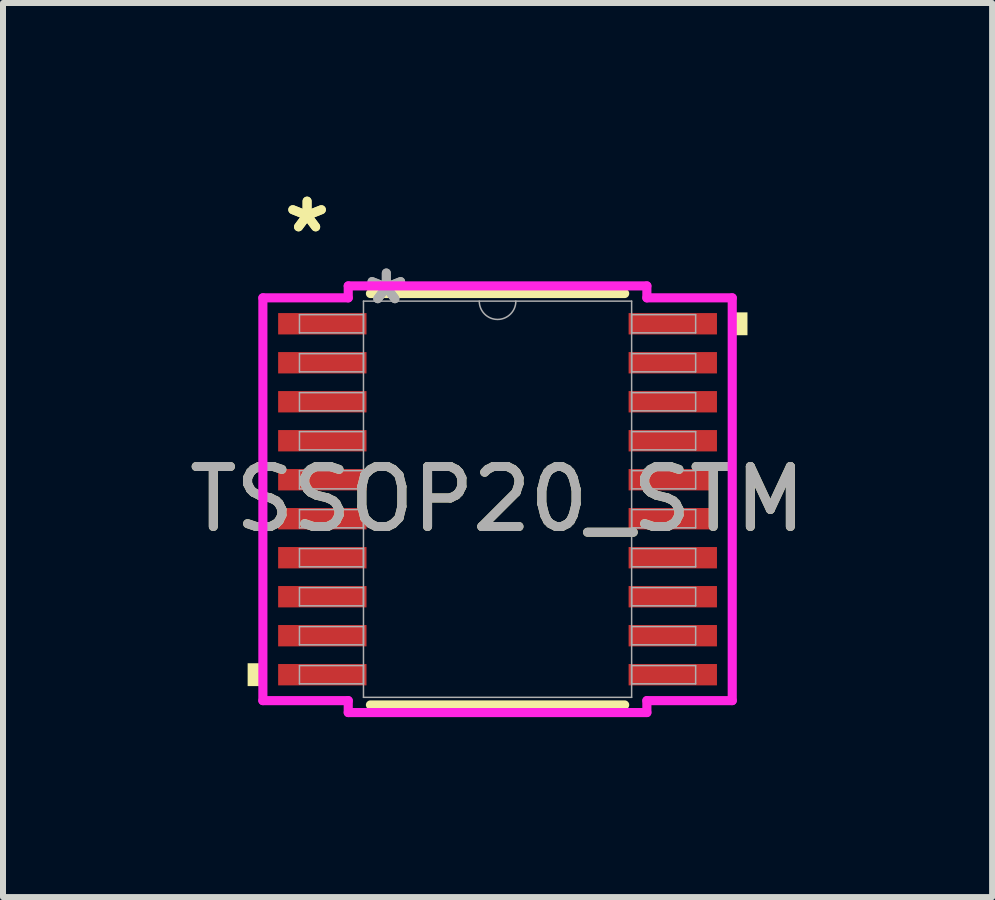
<source format=kicad_pcb>
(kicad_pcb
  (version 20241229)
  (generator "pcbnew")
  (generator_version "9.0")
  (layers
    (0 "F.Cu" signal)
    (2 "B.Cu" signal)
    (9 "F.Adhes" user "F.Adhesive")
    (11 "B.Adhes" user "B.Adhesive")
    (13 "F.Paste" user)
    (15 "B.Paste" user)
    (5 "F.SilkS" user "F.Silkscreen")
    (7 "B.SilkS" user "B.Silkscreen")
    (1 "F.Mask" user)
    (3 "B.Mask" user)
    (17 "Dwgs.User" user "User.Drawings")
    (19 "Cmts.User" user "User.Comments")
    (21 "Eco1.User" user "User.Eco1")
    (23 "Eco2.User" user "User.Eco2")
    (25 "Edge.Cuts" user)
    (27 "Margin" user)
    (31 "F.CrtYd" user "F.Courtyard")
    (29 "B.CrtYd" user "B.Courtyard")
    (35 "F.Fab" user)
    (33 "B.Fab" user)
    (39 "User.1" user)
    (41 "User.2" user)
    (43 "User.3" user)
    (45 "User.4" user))
  (footprint "TSSOP20_STM"
    (layer "F.Cu")
    (at 5.244 5.272)
    (property "Reference" "TSSOP20_STM" (at 0 0 0) (unlocked yes) (layer "F.SilkS") (effects (font (size 1 1) (thickness 0.15))))
    (attr smd)
    (fp_line (start -2.119 3.429) (end 2.119 3.429) (stroke (width 0.152) (type solid)) (layer "F.SilkS"))
    (fp_line (start 2.119 -3.429) (end -2.119 -3.429) (stroke (width 0.152) (type solid)) (layer "F.SilkS"))
    (fp_poly (pts (xy -4.166 2.734) (xy -4.166 3.115) (xy -3.912 3.115) (xy -3.912 2.734)) (stroke (width 0) (type solid)) (fill yes) (layer "F.SilkS"))
    (fp_poly (pts (xy 4.166 -3.115) (xy 4.166 -2.734) (xy 3.912 -2.734) (xy 3.912 -3.115)) (stroke (width 0) (type solid)) (fill yes) (layer "F.SilkS"))
    (fp_line (start -3.912 -3.357) (end -2.489 -3.357) (stroke (width 0.152) (type solid)) (layer "F.CrtYd"))
    (fp_line (start -3.912 3.357) (end -3.912 -3.357) (stroke (width 0.152) (type solid)) (layer "F.CrtYd"))
    (fp_line (start -3.912 3.357) (end -2.489 3.357) (stroke (width 0.152) (type solid)) (layer "F.CrtYd"))
    (fp_line (start -2.489 -3.556) (end 2.489 -3.556) (stroke (width 0.152) (type solid)) (layer "F.CrtYd"))
    (fp_line (start -2.489 -3.357) (end -2.489 -3.556) (stroke (width 0.152) (type solid)) (layer "F.CrtYd"))
    (fp_line (start -2.489 3.556) (end -2.489 3.357) (stroke (width 0.152) (type solid)) (layer "F.CrtYd"))
    (fp_line (start 2.489 -3.556) (end 2.489 -3.357) (stroke (width 0.152) (type solid)) (layer "F.CrtYd"))
    (fp_line (start 2.489 3.357) (end 2.489 3.556) (stroke (width 0.152) (type solid)) (layer "F.CrtYd"))
    (fp_line (start 2.489 3.556) (end -2.489 3.556) (stroke (width 0.152) (type solid)) (layer "F.CrtYd"))
    (fp_line (start 3.912 -3.357) (end 2.489 -3.357) (stroke (width 0.152) (type solid)) (layer "F.CrtYd"))
    (fp_line (start 3.912 -3.357) (end 3.912 3.357) (stroke (width 0.152) (type solid)) (layer "F.CrtYd"))
    (fp_line (start 3.912 3.357) (end 2.489 3.357) (stroke (width 0.152) (type solid)) (layer "F.CrtYd"))
    (fp_line (start -3.302 -3.077) (end -3.302 -2.773) (stroke (width 0.025) (type solid)) (layer "F.Fab"))
    (fp_line (start -3.302 -2.773) (end -2.235 -2.773) (stroke (width 0.025) (type solid)) (layer "F.Fab"))
    (fp_line (start -3.302 -2.427) (end -3.302 -2.123) (stroke (width 0.025) (type solid)) (layer "F.Fab"))
    (fp_line (start -3.302 -2.123) (end -2.235 -2.123) (stroke (width 0.025) (type solid)) (layer "F.Fab"))
    (fp_line (start -3.302 -1.777) (end -3.302 -1.473) (stroke (width 0.025) (type solid)) (layer "F.Fab"))
    (fp_line (start -3.302 -1.473) (end -2.235 -1.473) (stroke (width 0.025) (type solid)) (layer "F.Fab"))
    (fp_line (start -3.302 -1.127) (end -3.302 -0.823) (stroke (width 0.025) (type solid)) (layer "F.Fab"))
    (fp_line (start -3.302 -0.823) (end -2.235 -0.823) (stroke (width 0.025) (type solid)) (layer "F.Fab"))
    (fp_line (start -3.302 -0.477) (end -3.302 -0.173) (stroke (width 0.025) (type solid)) (layer "F.Fab"))
    (fp_line (start -3.302 -0.173) (end -2.235 -0.173) (stroke (width 0.025) (type solid)) (layer "F.Fab"))
    (fp_line (start -3.302 0.173) (end -3.302 0.477) (stroke (width 0.025) (type solid)) (layer "F.Fab"))
    (fp_line (start -3.302 0.477) (end -2.235 0.477) (stroke (width 0.025) (type solid)) (layer "F.Fab"))
    (fp_line (start -3.302 0.823) (end -3.302 1.127) (stroke (width 0.025) (type solid)) (layer "F.Fab"))
    (fp_line (start -3.302 1.127) (end -2.235 1.127) (stroke (width 0.025) (type solid)) (layer "F.Fab"))
    (fp_line (start -3.302 1.473) (end -3.302 1.777) (stroke (width 0.025) (type solid)) (layer "F.Fab"))
    (fp_line (start -3.302 1.777) (end -2.235 1.777) (stroke (width 0.025) (type solid)) (layer "F.Fab"))
    (fp_line (start -3.302 2.123) (end -3.302 2.427) (stroke (width 0.025) (type solid)) (layer "F.Fab"))
    (fp_line (start -3.302 2.427) (end -2.235 2.427) (stroke (width 0.025) (type solid)) (layer "F.Fab"))
    (fp_line (start -3.302 2.773) (end -3.302 3.077) (stroke (width 0.025) (type solid)) (layer "F.Fab"))
    (fp_line (start -3.302 3.077) (end -2.235 3.077) (stroke (width 0.025) (type solid)) (layer "F.Fab"))
    (fp_line (start -2.235 -3.302) (end -2.235 3.302) (stroke (width 0.025) (type solid)) (layer "F.Fab"))
    (fp_line (start -2.235 -3.077) (end -3.302 -3.077) (stroke (width 0.025) (type solid)) (layer "F.Fab"))
    (fp_line (start -2.235 -2.773) (end -2.235 -3.077) (stroke (width 0.025) (type solid)) (layer "F.Fab"))
    (fp_line (start -2.235 -2.427) (end -3.302 -2.427) (stroke (width 0.025) (type solid)) (layer "F.Fab"))
    (fp_line (start -2.235 -2.123) (end -2.235 -2.427) (stroke (width 0.025) (type solid)) (layer "F.Fab"))
    (fp_line (start -2.235 -1.777) (end -3.302 -1.777) (stroke (width 0.025) (type solid)) (layer "F.Fab"))
    (fp_line (start -2.235 -1.473) (end -2.235 -1.777) (stroke (width 0.025) (type solid)) (layer "F.Fab"))
    (fp_line (start -2.235 -1.127) (end -3.302 -1.127) (stroke (width 0.025) (type solid)) (layer "F.Fab"))
    (fp_line (start -2.235 -0.823) (end -2.235 -1.127) (stroke (width 0.025) (type solid)) (layer "F.Fab"))
    (fp_line (start -2.235 -0.477) (end -3.302 -0.477) (stroke (width 0.025) (type solid)) (layer "F.Fab"))
    (fp_line (start -2.235 -0.173) (end -2.235 -0.477) (stroke (width 0.025) (type solid)) (layer "F.Fab"))
    (fp_line (start -2.235 0.173) (end -3.302 0.173) (stroke (width 0.025) (type solid)) (layer "F.Fab"))
    (fp_line (start -2.235 0.477) (end -2.235 0.173) (stroke (width 0.025) (type solid)) (layer "F.Fab"))
    (fp_line (start -2.235 0.823) (end -3.302 0.823) (stroke (width 0.025) (type solid)) (layer "F.Fab"))
    (fp_line (start -2.235 1.127) (end -2.235 0.823) (stroke (width 0.025) (type solid)) (layer "F.Fab"))
    (fp_line (start -2.235 1.473) (end -3.302 1.473) (stroke (width 0.025) (type solid)) (layer "F.Fab"))
    (fp_line (start -2.235 1.777) (end -2.235 1.473) (stroke (width 0.025) (type solid)) (layer "F.Fab"))
    (fp_line (start -2.235 2.123) (end -3.302 2.123) (stroke (width 0.025) (type solid)) (layer "F.Fab"))
    (fp_line (start -2.235 2.427) (end -2.235 2.123) (stroke (width 0.025) (type solid)) (layer "F.Fab"))
    (fp_line (start -2.235 2.773) (end -3.302 2.773) (stroke (width 0.025) (type solid)) (layer "F.Fab"))
    (fp_line (start -2.235 3.077) (end -2.235 2.773) (stroke (width 0.025) (type solid)) (layer "F.Fab"))
    (fp_line (start -2.235 3.302) (end 2.235 3.302) (stroke (width 0.025) (type solid)) (layer "F.Fab"))
    (fp_line (start 2.235 -3.302) (end -2.235 -3.302) (stroke (width 0.025) (type solid)) (layer "F.Fab"))
    (fp_line (start 2.235 -3.077) (end 2.235 -2.773) (stroke (width 0.025) (type solid)) (layer "F.Fab"))
    (fp_line (start 2.235 -2.773) (end 3.302 -2.773) (stroke (width 0.025) (type solid)) (layer "F.Fab"))
    (fp_line (start 2.235 -2.427) (end 2.235 -2.123) (stroke (width 0.025) (type solid)) (layer "F.Fab"))
    (fp_line (start 2.235 -2.123) (end 3.302 -2.123) (stroke (width 0.025) (type solid)) (layer "F.Fab"))
    (fp_line (start 2.235 -1.777) (end 2.235 -1.473) (stroke (width 0.025) (type solid)) (layer "F.Fab"))
    (fp_line (start 2.235 -1.473) (end 3.302 -1.473) (stroke (width 0.025) (type solid)) (layer "F.Fab"))
    (fp_line (start 2.235 -1.127) (end 2.235 -0.823) (stroke (width 0.025) (type solid)) (layer "F.Fab"))
    (fp_line (start 2.235 -0.823) (end 3.302 -0.823) (stroke (width 0.025) (type solid)) (layer "F.Fab"))
    (fp_line (start 2.235 -0.477) (end 2.235 -0.173) (stroke (width 0.025) (type solid)) (layer "F.Fab"))
    (fp_line (start 2.235 -0.173) (end 3.302 -0.173) (stroke (width 0.025) (type solid)) (layer "F.Fab"))
    (fp_line (start 2.235 0.173) (end 2.235 0.477) (stroke (width 0.025) (type solid)) (layer "F.Fab"))
    (fp_line (start 2.235 0.477) (end 3.302 0.477) (stroke (width 0.025) (type solid)) (layer "F.Fab"))
    (fp_line (start 2.235 0.823) (end 2.235 1.127) (stroke (width 0.025) (type solid)) (layer "F.Fab"))
    (fp_line (start 2.235 1.127) (end 3.302 1.127) (stroke (width 0.025) (type solid)) (layer "F.Fab"))
    (fp_line (start 2.235 1.473) (end 2.235 1.777) (stroke (width 0.025) (type solid)) (layer "F.Fab"))
    (fp_line (start 2.235 1.777) (end 3.302 1.777) (stroke (width 0.025) (type solid)) (layer "F.Fab"))
    (fp_line (start 2.235 2.123) (end 2.235 2.427) (stroke (width 0.025) (type solid)) (layer "F.Fab"))
    (fp_line (start 2.235 2.427) (end 3.302 2.427) (stroke (width 0.025) (type solid)) (layer "F.Fab"))
    (fp_line (start 2.235 2.773) (end 2.235 3.077) (stroke (width 0.025) (type solid)) (layer "F.Fab"))
    (fp_line (start 2.235 3.077) (end 3.302 3.077) (stroke (width 0.025) (type solid)) (layer "F.Fab"))
    (fp_line (start 2.235 3.302) (end 2.235 -3.302) (stroke (width 0.025) (type solid)) (layer "F.Fab"))
    (fp_line (start 3.302 -3.077) (end 2.235 -3.077) (stroke (width 0.025) (type solid)) (layer "F.Fab"))
    (fp_line (start 3.302 -2.773) (end 3.302 -3.077) (stroke (width 0.025) (type solid)) (layer "F.Fab"))
    (fp_line (start 3.302 -2.427) (end 2.235 -2.427) (stroke (width 0.025) (type solid)) (layer "F.Fab"))
    (fp_line (start 3.302 -2.123) (end 3.302 -2.427) (stroke (width 0.025) (type solid)) (layer "F.Fab"))
    (fp_line (start 3.302 -1.777) (end 2.235 -1.777) (stroke (width 0.025) (type solid)) (layer "F.Fab"))
    (fp_line (start 3.302 -1.473) (end 3.302 -1.777) (stroke (width 0.025) (type solid)) (layer "F.Fab"))
    (fp_line (start 3.302 -1.127) (end 2.235 -1.127) (stroke (width 0.025) (type solid)) (layer "F.Fab"))
    (fp_line (start 3.302 -0.823) (end 3.302 -1.127) (stroke (width 0.025) (type solid)) (layer "F.Fab"))
    (fp_line (start 3.302 -0.477) (end 2.235 -0.477) (stroke (width 0.025) (type solid)) (layer "F.Fab"))
    (fp_line (start 3.302 -0.173) (end 3.302 -0.477) (stroke (width 0.025) (type solid)) (layer "F.Fab"))
    (fp_line (start 3.302 0.173) (end 2.235 0.173) (stroke (width 0.025) (type solid)) (layer "F.Fab"))
    (fp_line (start 3.302 0.477) (end 3.302 0.173) (stroke (width 0.025) (type solid)) (layer "F.Fab"))
    (fp_line (start 3.302 0.823) (end 2.235 0.823) (stroke (width 0.025) (type solid)) (layer "F.Fab"))
    (fp_line (start 3.302 1.127) (end 3.302 0.823) (stroke (width 0.025) (type solid)) (layer "F.Fab"))
    (fp_line (start 3.302 1.473) (end 2.235 1.473) (stroke (width 0.025) (type solid)) (layer "F.Fab"))
    (fp_line (start 3.302 1.777) (end 3.302 1.473) (stroke (width 0.025) (type solid)) (layer "F.Fab"))
    (fp_line (start 3.302 2.123) (end 2.235 2.123) (stroke (width 0.025) (type solid)) (layer "F.Fab"))
    (fp_line (start 3.302 2.427) (end 3.302 2.123) (stroke (width 0.025) (type solid)) (layer "F.Fab"))
    (fp_line (start 3.302 2.773) (end 2.235 2.773) (stroke (width 0.025) (type solid)) (layer "F.Fab"))
    (fp_line (start 3.302 3.077) (end 3.302 2.773) (stroke (width 0.025) (type solid)) (layer "F.Fab"))
    (fp_arc (start 0.3048 -3.302) (mid 0 -2.9972) (end -0.3048 -3.302) (stroke (width 0.0254) (type solid)) (layer "F.Fab"))
    (fp_text user "*" (at -3.175 -4.424 0) (layer "F.SilkS") (effects (font (size 1 1) (thickness 0.15))))
    (fp_text user "*" (at -3.175 -4.424 0) (unlocked yes) (layer "F.SilkS") (effects (font (size 1 1) (thickness 0.15))))
    (fp_text user "*" (at -1.854 -3.226 0) (unlocked yes) (layer "F.Fab") (effects (font (size 1 1) (thickness 0.15))))
    (fp_text user "*" (at -1.854 -3.226 0) (layer "F.Fab") (effects (font (size 1 1) (thickness 0.15))))
    (fp_text user "${REFERENCE}" (at 0 0 0) (unlocked yes) (layer "F.Fab") (effects (font (size 1 1) (thickness 0.15))))
    (pad "1" smd rect (at -2.921 -2.925) (size 1.473 0.356) (layers "F.Cu" "F.Mask" "F.Paste"))
    (pad "2" smd rect (at -2.921 -2.275) (size 1.473 0.356) (layers "F.Cu" "F.Mask" "F.Paste"))
    (pad "3" smd rect (at -2.921 -1.625) (size 1.473 0.356) (layers "F.Cu" "F.Mask" "F.Paste"))
    (pad "4" smd rect (at -2.921 -0.975) (size 1.473 0.356) (layers "F.Cu" "F.Mask" "F.Paste"))
    (pad "5" smd rect (at -2.921 -0.325) (size 1.473 0.356) (layers "F.Cu" "F.Mask" "F.Paste"))
    (pad "6" smd rect (at -2.921 0.325) (size 1.473 0.356) (layers "F.Cu" "F.Mask" "F.Paste"))
    (pad "7" smd rect (at -2.921 0.975) (size 1.473 0.356) (layers "F.Cu" "F.Mask" "F.Paste"))
    (pad "8" smd rect (at -2.921 1.625) (size 1.473 0.356) (layers "F.Cu" "F.Mask" "F.Paste"))
    (pad "9" smd rect (at -2.921 2.275) (size 1.473 0.356) (layers "F.Cu" "F.Mask" "F.Paste"))
    (pad "10" smd rect (at -2.921 2.925) (size 1.473 0.356) (layers "F.Cu" "F.Mask" "F.Paste"))
    (pad "11" smd rect (at 2.921 2.925) (size 1.473 0.356) (layers "F.Cu" "F.Mask" "F.Paste"))
    (pad "12" smd rect (at 2.921 2.275) (size 1.473 0.356) (layers "F.Cu" "F.Mask" "F.Paste"))
    (pad "13" smd rect (at 2.921 1.625) (size 1.473 0.356) (layers "F.Cu" "F.Mask" "F.Paste"))
    (pad "14" smd rect (at 2.921 0.975) (size 1.473 0.356) (layers "F.Cu" "F.Mask" "F.Paste"))
    (pad "15" smd rect (at 2.921 0.325) (size 1.473 0.356) (layers "F.Cu" "F.Mask" "F.Paste"))
    (pad "16" smd rect (at 2.921 -0.325) (size 1.473 0.356) (layers "F.Cu" "F.Mask" "F.Paste"))
    (pad "17" smd rect (at 2.921 -0.975) (size 1.473 0.356) (layers "F.Cu" "F.Mask" "F.Paste"))
    (pad "18" smd rect (at 2.921 -1.625) (size 1.473 0.356) (layers "F.Cu" "F.Mask" "F.Paste"))
    (pad "19" smd rect (at 2.921 -2.275) (size 1.473 0.356) (layers "F.Cu" "F.Mask" "F.Paste"))
    (pad "20" smd rect (at 2.921 -2.925) (size 1.473 0.356) (layers "F.Cu" "F.Mask" "F.Paste")))
  (gr_rect
    (start -3 -3)
    (end 13.488 11.904)
    (stroke (width 0.1) (type default))
    (fill no)
    (layer "Edge.Cuts")))
</source>
